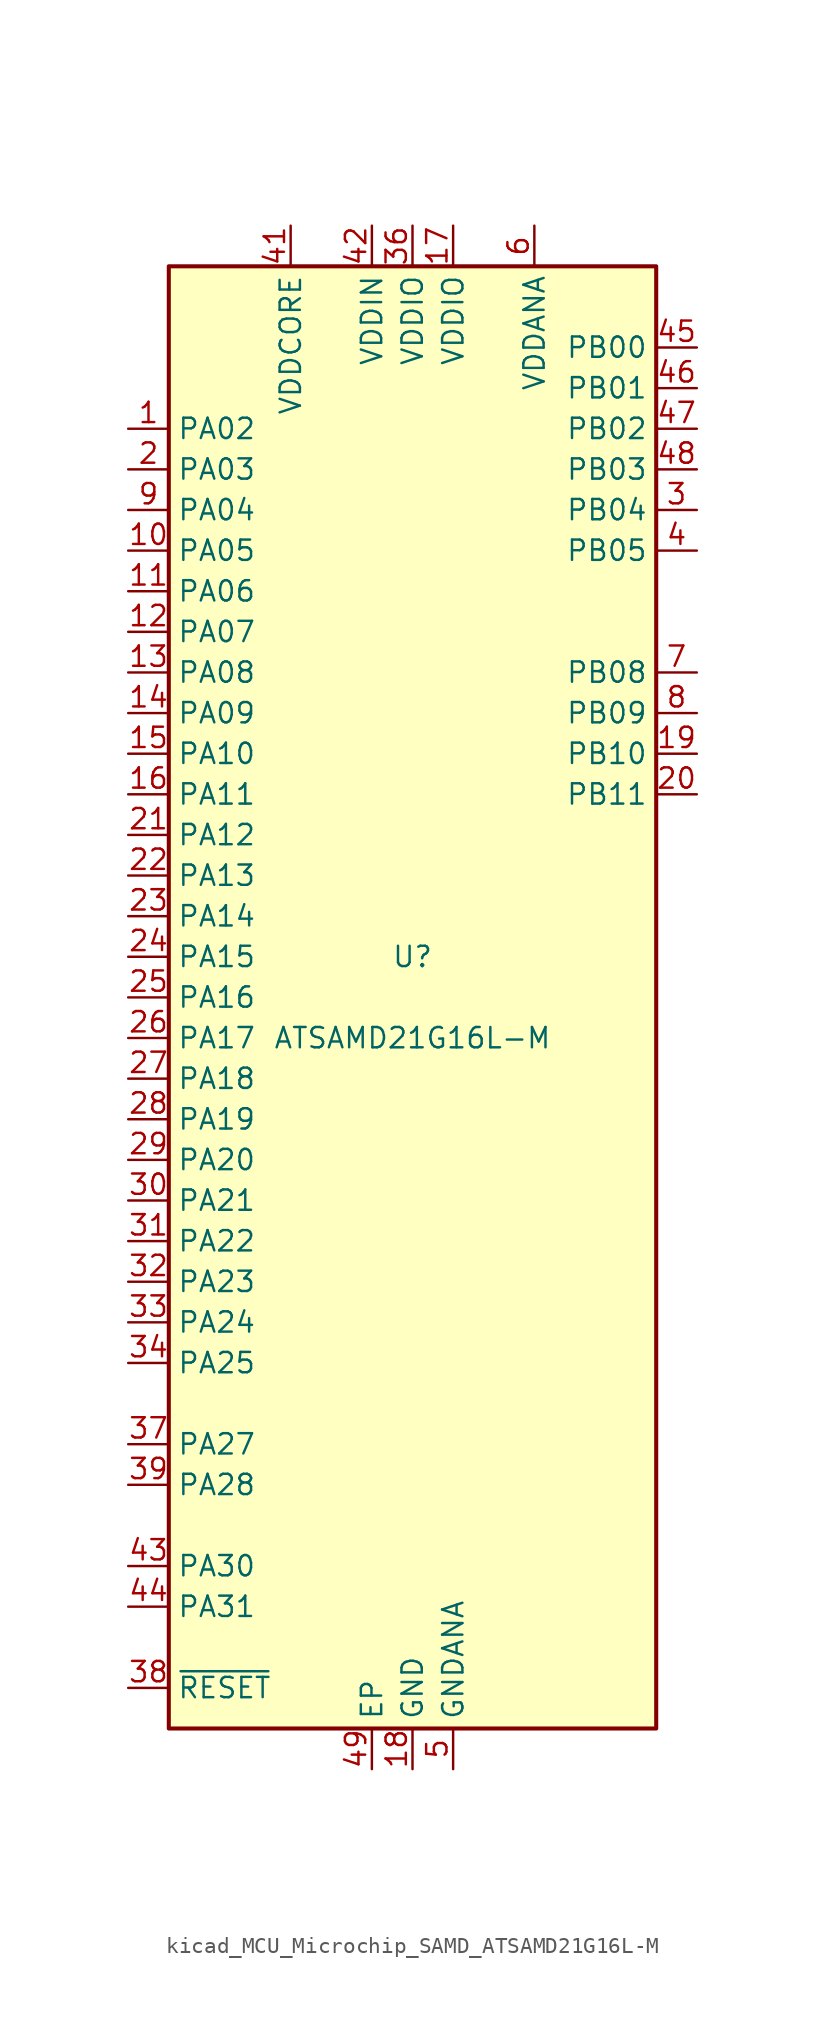
<source format=kicad_sym>
(kicad_symbol_lib
  (version 20220914)
  (generator kicad_symbol_editor)
  (symbol "kicad_MCU_Microchip_SAMD_ATSAMD21G16L-M"
    (property "Reference" "U"
      (at 0 2.54 0)
      (effects (font (size 1.27 1.27))))
    (property "Value" "ATSAMD21G16L-M"
      (at 0 -2.54 0)
      (effects (font (size 1.27 1.27))))
    (symbol "kicad_MCU_Microchip_SAMD_ATSAMD21G16L-M_0_1"
      (rectangle (start -15.24 45.72) (end 15.24 -45.72) (stroke (width 0.254) (type default)) (fill (type background))))
    (symbol "kicad_MCU_Microchip_SAMD_ATSAMD21G16L-M_1_1"
      (pin bidirectional line (at -17.78 35.56 0) (length 2.54) (name "PA02" (effects (font (size 1.27 1.27)))) (number "1" (effects (font (size 1.27 1.27)))))
      (pin bidirectional line (at -17.78 27.94 0) (length 2.54) (name "PA05" (effects (font (size 1.27 1.27)))) (number "10" (effects (font (size 1.27 1.27)))))
      (pin bidirectional line (at -17.78 25.4 0) (length 2.54) (name "PA06" (effects (font (size 1.27 1.27)))) (number "11" (effects (font (size 1.27 1.27)))))
      (pin bidirectional line (at -17.78 22.86 0) (length 2.54) (name "PA07" (effects (font (size 1.27 1.27)))) (number "12" (effects (font (size 1.27 1.27)))))
      (pin bidirectional line (at -17.78 20.32 0) (length 2.54) (name "PA08" (effects (font (size 1.27 1.27)))) (number "13" (effects (font (size 1.27 1.27)))))
      (pin bidirectional line (at -17.78 17.78 0) (length 2.54) (name "PA09" (effects (font (size 1.27 1.27)))) (number "14" (effects (font (size 1.27 1.27)))))
      (pin bidirectional line (at -17.78 15.24 0) (length 2.54) (name "PA10" (effects (font (size 1.27 1.27)))) (number "15" (effects (font (size 1.27 1.27)))))
      (pin bidirectional line (at -17.78 12.7 0) (length 2.54) (name "PA11" (effects (font (size 1.27 1.27)))) (number "16" (effects (font (size 1.27 1.27)))))
      (pin power_in line (at 2.54 48.26 270) (length 2.54) (name "VDDIO" (effects (font (size 1.27 1.27)))) (number "17" (effects (font (size 1.27 1.27)))))
      (pin power_in line (at 0 -48.26 90) (length 2.54) (name "GND" (effects (font (size 1.27 1.27)))) (number "18" (effects (font (size 1.27 1.27)))))
      (pin bidirectional line (at 17.78 15.24 180) (length 2.54) (name "PB10" (effects (font (size 1.27 1.27)))) (number "19" (effects (font (size 1.27 1.27)))))
      (pin bidirectional line (at -17.78 33.02 0) (length 2.54) (name "PA03" (effects (font (size 1.27 1.27)))) (number "2" (effects (font (size 1.27 1.27)))))
      (pin bidirectional line (at 17.78 12.7 180) (length 2.54) (name "PB11" (effects (font (size 1.27 1.27)))) (number "20" (effects (font (size 1.27 1.27)))))
      (pin bidirectional line (at -17.78 10.16 0) (length 2.54) (name "PA12" (effects (font (size 1.27 1.27)))) (number "21" (effects (font (size 1.27 1.27)))))
      (pin bidirectional line (at -17.78 7.62 0) (length 2.54) (name "PA13" (effects (font (size 1.27 1.27)))) (number "22" (effects (font (size 1.27 1.27)))))
      (pin bidirectional line (at -17.78 5.08 0) (length 2.54) (name "PA14" (effects (font (size 1.27 1.27)))) (number "23" (effects (font (size 1.27 1.27)))))
      (pin bidirectional line (at -17.78 2.54 0) (length 2.54) (name "PA15" (effects (font (size 1.27 1.27)))) (number "24" (effects (font (size 1.27 1.27)))))
      (pin bidirectional line (at -17.78 0 0) (length 2.54) (name "PA16" (effects (font (size 1.27 1.27)))) (number "25" (effects (font (size 1.27 1.27)))))
      (pin bidirectional line (at -17.78 -2.54 0) (length 2.54) (name "PA17" (effects (font (size 1.27 1.27)))) (number "26" (effects (font (size 1.27 1.27)))))
      (pin bidirectional line (at -17.78 -5.08 0) (length 2.54) (name "PA18" (effects (font (size 1.27 1.27)))) (number "27" (effects (font (size 1.27 1.27)))))
      (pin bidirectional line (at -17.78 -7.62 0) (length 2.54) (name "PA19" (effects (font (size 1.27 1.27)))) (number "28" (effects (font (size 1.27 1.27)))))
      (pin bidirectional line (at -17.78 -10.16 0) (length 2.54) (name "PA20" (effects (font (size 1.27 1.27)))) (number "29" (effects (font (size 1.27 1.27)))))
      (pin bidirectional line (at 17.78 30.48 180) (length 2.54) (name "PB04" (effects (font (size 1.27 1.27)))) (number "3" (effects (font (size 1.27 1.27)))))
      (pin bidirectional line (at -17.78 -12.7 0) (length 2.54) (name "PA21" (effects (font (size 1.27 1.27)))) (number "30" (effects (font (size 1.27 1.27)))))
      (pin bidirectional line (at -17.78 -15.24 0) (length 2.54) (name "PA22" (effects (font (size 1.27 1.27)))) (number "31" (effects (font (size 1.27 1.27)))))
      (pin bidirectional line (at -17.78 -17.78 0) (length 2.54) (name "PA23" (effects (font (size 1.27 1.27)))) (number "32" (effects (font (size 1.27 1.27)))))
      (pin bidirectional line (at -17.78 -20.32 0) (length 2.54) (name "PA24" (effects (font (size 1.27 1.27)))) (number "33" (effects (font (size 1.27 1.27)))))
      (pin bidirectional line (at -17.78 -22.86 0) (length 2.54) (name "PA25" (effects (font (size 1.27 1.27)))) (number "34" (effects (font (size 1.27 1.27)))))
      (pin passive line (at 0 -48.26 90) (length 2.54) hide (name "GND" (effects (font (size 1.27 1.27)))) (number "35" (effects (font (size 1.27 1.27)))))
      (pin power_in line (at 0 48.26 270) (length 2.54) (name "VDDIO" (effects (font (size 1.27 1.27)))) (number "36" (effects (font (size 1.27 1.27)))))
      (pin bidirectional line (at -17.78 -27.94 0) (length 2.54) (name "PA27" (effects (font (size 1.27 1.27)))) (number "37" (effects (font (size 1.27 1.27)))))
      (pin input line (at -17.78 -43.18 0) (length 2.54) (name "~{RESET}" (effects (font (size 1.27 1.27)))) (number "38" (effects (font (size 1.27 1.27)))))
      (pin bidirectional line (at -17.78 -30.48 0) (length 2.54) (name "PA28" (effects (font (size 1.27 1.27)))) (number "39" (effects (font (size 1.27 1.27)))))
      (pin bidirectional line (at 17.78 27.94 180) (length 2.54) (name "PB05" (effects (font (size 1.27 1.27)))) (number "4" (effects (font (size 1.27 1.27)))))
      (pin passive line (at 0 -48.26 90) (length 2.54) hide (name "GND" (effects (font (size 1.27 1.27)))) (number "40" (effects (font (size 1.27 1.27)))))
      (pin power_out line (at -7.62 48.26 270) (length 2.54) (name "VDDCORE" (effects (font (size 1.27 1.27)))) (number "41" (effects (font (size 1.27 1.27)))))
      (pin power_in line (at -2.54 48.26 270) (length 2.54) (name "VDDIN" (effects (font (size 1.27 1.27)))) (number "42" (effects (font (size 1.27 1.27)))))
      (pin bidirectional line (at -17.78 -35.56 0) (length 2.54) (name "PA30" (effects (font (size 1.27 1.27)))) (number "43" (effects (font (size 1.27 1.27)))))
      (pin bidirectional line (at -17.78 -38.1 0) (length 2.54) (name "PA31" (effects (font (size 1.27 1.27)))) (number "44" (effects (font (size 1.27 1.27)))))
      (pin bidirectional line (at 17.78 40.64 180) (length 2.54) (name "PB00" (effects (font (size 1.27 1.27)))) (number "45" (effects (font (size 1.27 1.27)))))
      (pin bidirectional line (at 17.78 38.1 180) (length 2.54) (name "PB01" (effects (font (size 1.27 1.27)))) (number "46" (effects (font (size 1.27 1.27)))))
      (pin bidirectional line (at 17.78 35.56 180) (length 2.54) (name "PB02" (effects (font (size 1.27 1.27)))) (number "47" (effects (font (size 1.27 1.27)))))
      (pin bidirectional line (at 17.78 33.02 180) (length 2.54) (name "PB03" (effects (font (size 1.27 1.27)))) (number "48" (effects (font (size 1.27 1.27)))))
      (pin passive line (at -2.54 -48.26 90) (length 2.54) (name "EP" (effects (font (size 1.27 1.27)))) (number "49" (effects (font (size 1.27 1.27)))))
      (pin power_in line (at 2.54 -48.26 90) (length 2.54) (name "GNDANA" (effects (font (size 1.27 1.27)))) (number "5" (effects (font (size 1.27 1.27)))))
      (pin power_in line (at 7.62 48.26 270) (length 2.54) (name "VDDANA" (effects (font (size 1.27 1.27)))) (number "6" (effects (font (size 1.27 1.27)))))
      (pin bidirectional line (at 17.78 20.32 180) (length 2.54) (name "PB08" (effects (font (size 1.27 1.27)))) (number "7" (effects (font (size 1.27 1.27)))))
      (pin bidirectional line (at 17.78 17.78 180) (length 2.54) (name "PB09" (effects (font (size 1.27 1.27)))) (number "8" (effects (font (size 1.27 1.27)))))
      (pin bidirectional line (at -17.78 30.48 0) (length 2.54) (name "PA04" (effects (font (size 1.27 1.27)))) (number "9" (effects (font (size 1.27 1.27))))))))
</source>
